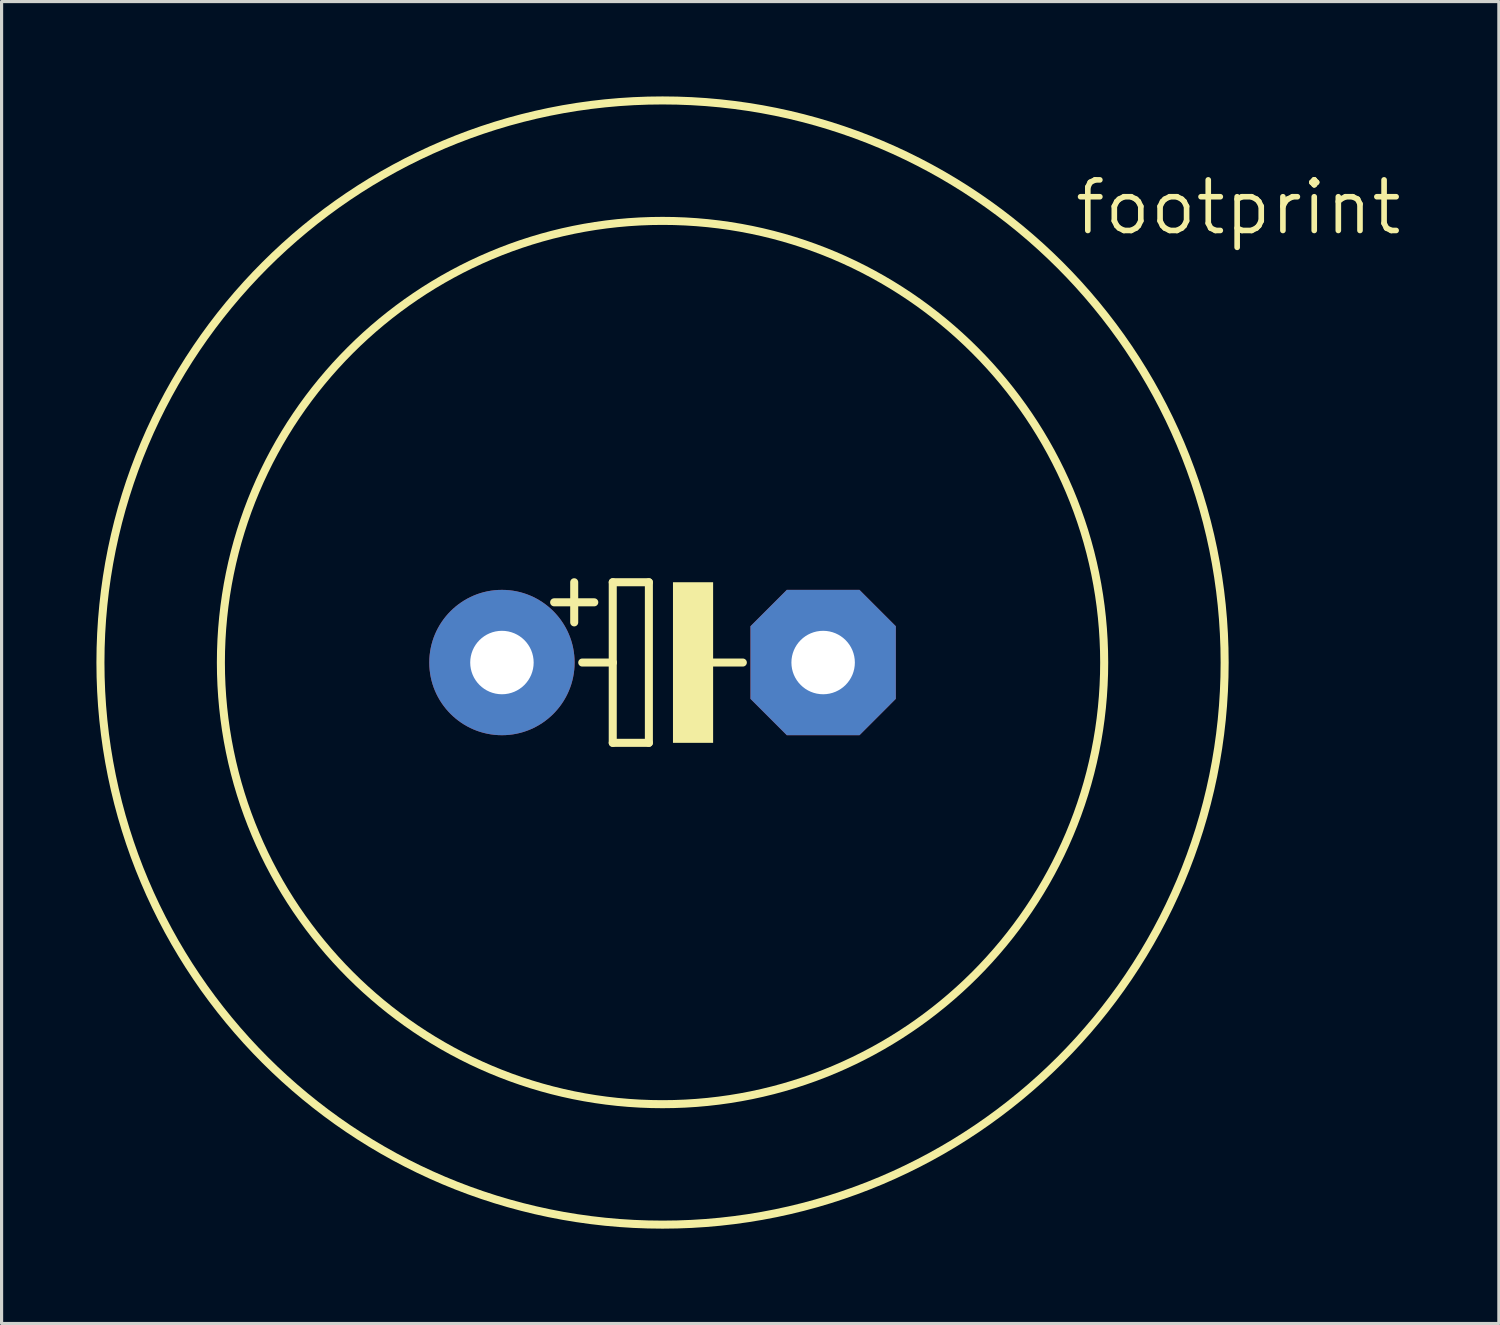
<source format=kicad_pcb>
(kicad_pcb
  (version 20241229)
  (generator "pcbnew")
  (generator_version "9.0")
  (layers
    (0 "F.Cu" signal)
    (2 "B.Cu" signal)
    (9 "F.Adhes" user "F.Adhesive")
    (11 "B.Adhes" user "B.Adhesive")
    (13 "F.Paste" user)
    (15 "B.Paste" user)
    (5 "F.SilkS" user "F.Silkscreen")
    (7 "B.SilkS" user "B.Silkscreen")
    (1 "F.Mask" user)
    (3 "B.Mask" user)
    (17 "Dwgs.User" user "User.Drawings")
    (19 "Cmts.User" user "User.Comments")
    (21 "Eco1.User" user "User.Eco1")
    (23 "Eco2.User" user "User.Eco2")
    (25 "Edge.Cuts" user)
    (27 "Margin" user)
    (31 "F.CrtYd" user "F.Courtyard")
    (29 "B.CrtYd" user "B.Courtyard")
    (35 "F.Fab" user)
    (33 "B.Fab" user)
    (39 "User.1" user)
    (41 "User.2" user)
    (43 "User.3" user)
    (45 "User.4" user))
  (footprint "footprint"
    (layer "F.Cu")
    (at 17.907 17.907)
    (property "Reference" "footprint" (at 12.954 -13.462 0) (layer "F.SilkS") (effects (font (size 1.6 1.6) (thickness 0.178)) (justify left bottom)))
    (fp_line (start -2.794 -2.54) (end -2.794 -1.27) (stroke (width 0.254) (type solid)) (layer "F.SilkS"))
    (fp_line (start -2.54 0) (end -1.575 0) (stroke (width 0.254) (type solid)) (layer "F.SilkS"))
    (fp_line (start -2.159 -1.905) (end -3.429 -1.905) (stroke (width 0.254) (type solid)) (layer "F.SilkS"))
    (fp_line (start -1.575 -2.54) (end -0.432 -2.54) (stroke (width 0.254) (type solid)) (layer "F.SilkS"))
    (fp_line (start -1.575 0) (end -1.575 -2.54) (stroke (width 0.254) (type solid)) (layer "F.SilkS"))
    (fp_line (start -1.575 2.54) (end -1.575 0) (stroke (width 0.254) (type solid)) (layer "F.SilkS"))
    (fp_line (start -0.432 -2.54) (end -0.432 2.54) (stroke (width 0.254) (type solid)) (layer "F.SilkS"))
    (fp_line (start -0.432 2.54) (end -1.575 2.54) (stroke (width 0.254) (type solid)) (layer "F.SilkS"))
    (fp_line (start 1.397 0) (end 2.54 0) (stroke (width 0.254) (type solid)) (layer "F.SilkS"))
    (fp_circle (center 0 0) (end 13.97 0) (stroke (width 0.254) (type solid)) (fill no) (layer "F.SilkS"))
    (fp_circle (center 0 0) (end 17.78 0) (stroke (width 0.254) (type solid)) (fill no) (layer "F.SilkS"))
    (fp_poly (pts (xy 0.33 2.54) (xy 1.6 2.54) (xy 1.6 -2.54) (xy 0.33 -2.54)) (stroke (width 0) (type solid)) (fill yes) (layer "F.SilkS"))
    (pad "+" thru_hole circle (at -5.08 0) (size 4.597 4.597) (drill 2.007) (layers "*.Cu" "*.Mask"))
    (pad "-" thru_hole roundrect (at 5.08 0) (size 4.597 4.597) (drill 2.007) (layers "*.Cu" "*.Mask") (roundrect_rratio 0.25) (chamfer_ratio 0.25) (chamfer top_left top_right bottom_left bottom_right)))
  (gr_rect
    (start -3 -3)
    (end 44.361 38.814)
    (stroke (width 0.1) (type default))
    (fill no)
    (layer "Edge.Cuts")))
</source>
